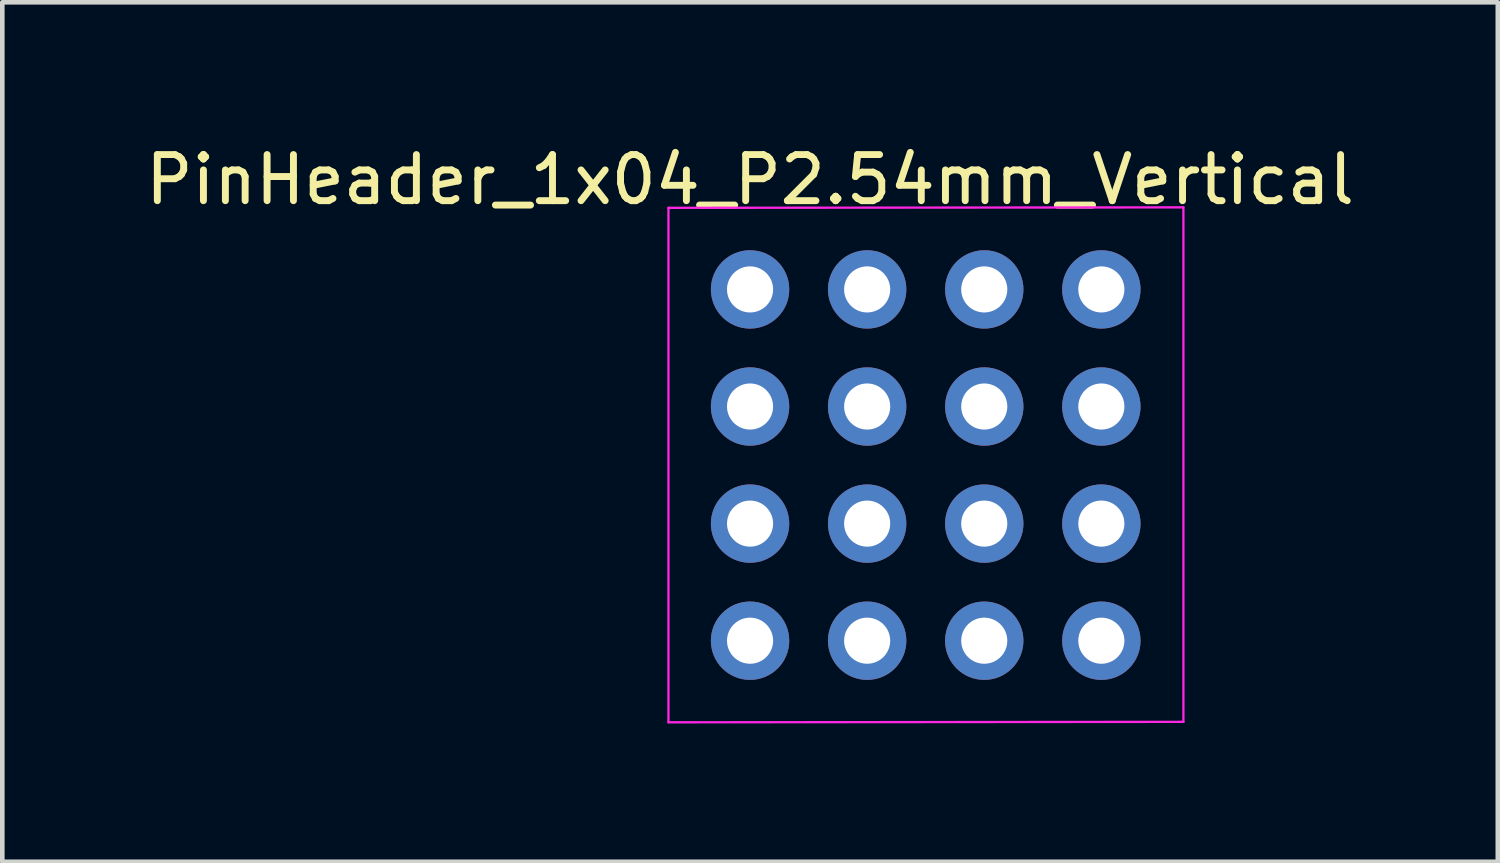
<source format=kicad_pcb>
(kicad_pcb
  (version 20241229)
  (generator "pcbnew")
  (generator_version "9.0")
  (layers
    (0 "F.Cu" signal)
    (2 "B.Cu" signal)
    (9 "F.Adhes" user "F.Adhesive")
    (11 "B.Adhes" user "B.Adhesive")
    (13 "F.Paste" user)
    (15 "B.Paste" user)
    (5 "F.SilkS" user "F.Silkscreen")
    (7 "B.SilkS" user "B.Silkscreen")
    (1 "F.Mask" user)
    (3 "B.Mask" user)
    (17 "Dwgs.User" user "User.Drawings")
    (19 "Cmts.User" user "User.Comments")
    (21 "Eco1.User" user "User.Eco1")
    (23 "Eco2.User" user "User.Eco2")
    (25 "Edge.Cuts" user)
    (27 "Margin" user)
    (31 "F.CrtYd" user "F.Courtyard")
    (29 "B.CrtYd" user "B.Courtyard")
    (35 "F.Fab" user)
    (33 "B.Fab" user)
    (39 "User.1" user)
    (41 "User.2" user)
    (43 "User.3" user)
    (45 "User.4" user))
  (footprint "PinHeader_1x04_P2.54mm_Vertical"
    (layer "F.Cu")
    (at 13.22 3.228)
    (property "Reference" "PinHeader_1x04_P2.54mm_Vertical" (at 0 -2.38 180) (layer "F.SilkS") (effects (font (size 1 1) (thickness 0.15))))
    (attr through_hole)
    (fp_line (start -1.77 -1.77) (end -1.77 9.39) (stroke (width 0.05) (type solid)) (layer "F.CrtYd"))
    (fp_line (start -1.77 9.39) (end 9.4 9.38) (stroke (width 0.05) (type solid)) (layer "F.CrtYd"))
    (fp_line (start 9.4 -1.78) (end -1.77 -1.77) (stroke (width 0.05) (type solid)) (layer "F.CrtYd"))
    (fp_line (start 9.4 9.38) (end 9.4 -1.78) (stroke (width 0.05) (type solid)) (layer "F.CrtYd"))
    (pad "1" thru_hole circle (at 0 0) (size 1.7 1.7) (drill 1) (layers "*.Cu" "*.Mask"))
    (pad "1" thru_hole circle (at 2.54 0) (size 1.7 1.7) (drill 1) (layers "*.Cu" "*.Mask"))
    (pad "1" thru_hole circle (at 5.08 0) (size 1.7 1.7) (drill 1) (layers "*.Cu" "*.Mask"))
    (pad "1" thru_hole circle (at 7.62 0) (size 1.7 1.7) (drill 1) (layers "*.Cu" "*.Mask"))
    (pad "2" thru_hole circle (at 0 2.54) (size 1.7 1.7) (drill 1) (layers "*.Cu" "*.Mask"))
    (pad "2" thru_hole circle (at 2.54 2.54) (size 1.7 1.7) (drill 1) (layers "*.Cu" "*.Mask"))
    (pad "2" thru_hole circle (at 5.08 2.54) (size 1.7 1.7) (drill 1) (layers "*.Cu" "*.Mask"))
    (pad "2" thru_hole circle (at 7.62 2.54) (size 1.7 1.7) (drill 1) (layers "*.Cu" "*.Mask"))
    (pad "3" thru_hole circle (at 0 5.08) (size 1.7 1.7) (drill 1) (layers "*.Cu" "*.Mask"))
    (pad "3" thru_hole circle (at 2.54 5.08) (size 1.7 1.7) (drill 1) (layers "*.Cu" "*.Mask"))
    (pad "3" thru_hole circle (at 5.08 5.08) (size 1.7 1.7) (drill 1) (layers "*.Cu" "*.Mask"))
    (pad "3" thru_hole circle (at 7.62 5.08) (size 1.7 1.7) (drill 1) (layers "*.Cu" "*.Mask"))
    (pad "4" thru_hole circle (at 0 7.62) (size 1.7 1.7) (drill 1) (layers "*.Cu" "*.Mask"))
    (pad "4" thru_hole circle (at 2.54 7.62) (size 1.7 1.7) (drill 1) (layers "*.Cu" "*.Mask"))
    (pad "4" thru_hole circle (at 5.08 7.62) (size 1.7 1.7) (drill 1) (layers "*.Cu" "*.Mask"))
    (pad "4" thru_hole circle (at 7.62 7.62) (size 1.7 1.7) (drill 1) (layers "*.Cu" "*.Mask")))
  (gr_rect
    (start -3 -3)
    (end 29.44 15.643)
    (stroke (width 0.1) (type default))
    (fill no)
    (layer "Edge.Cuts")))
</source>
